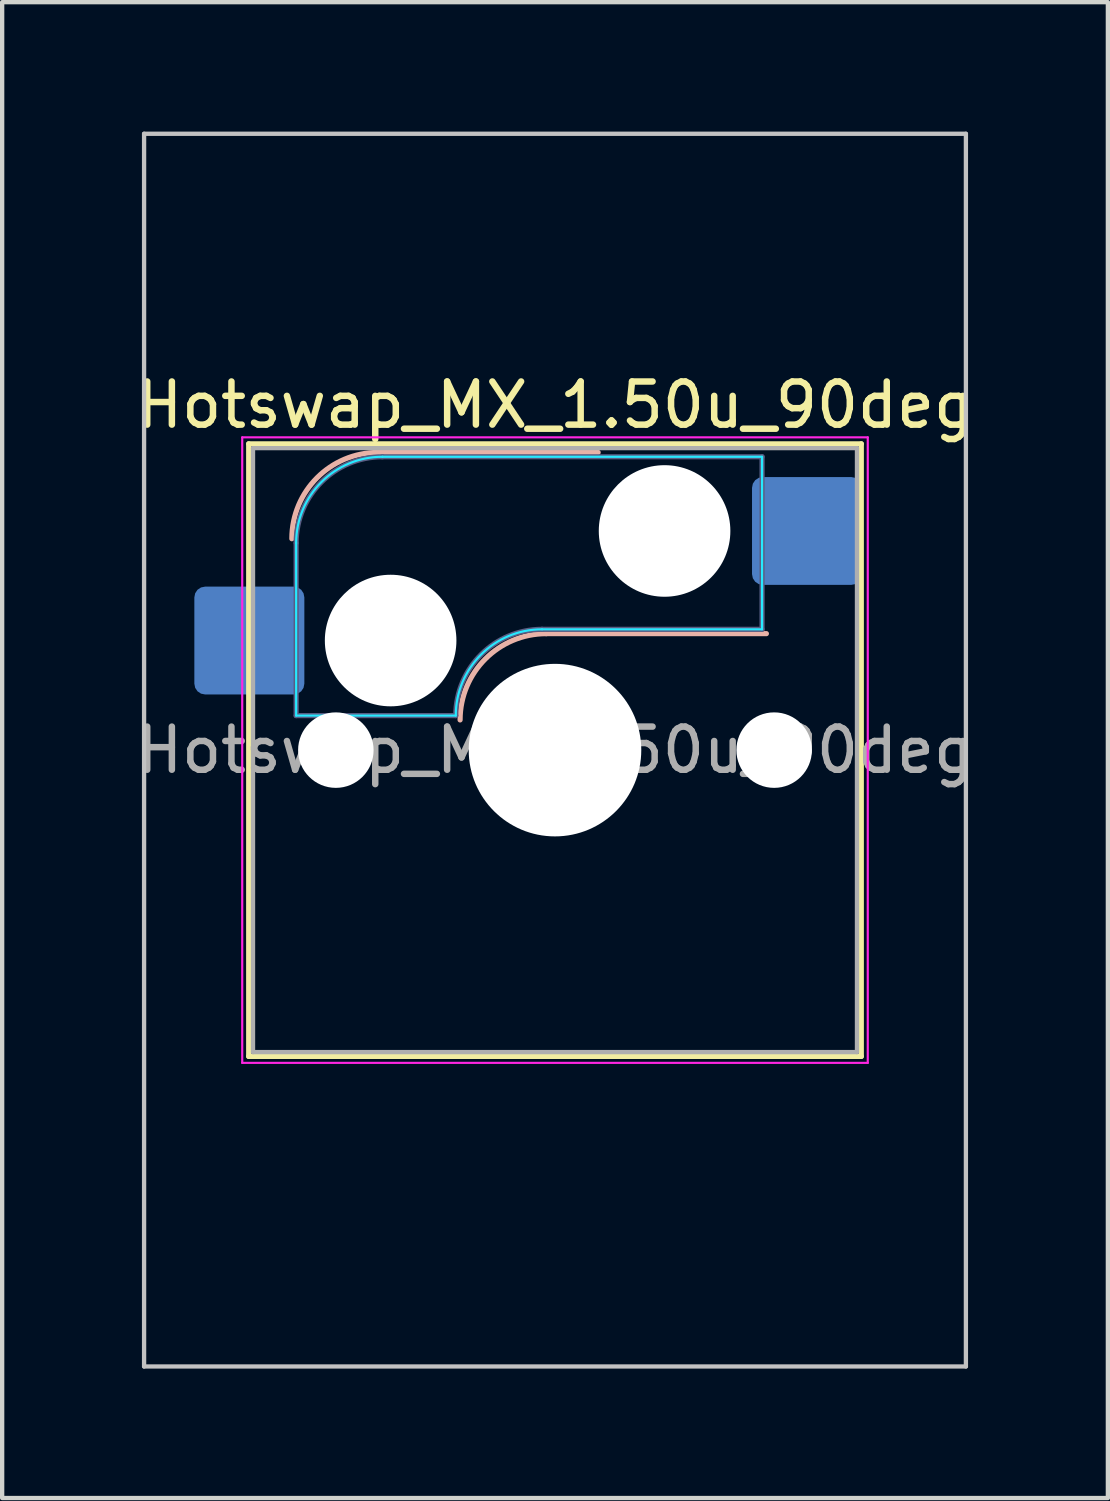
<source format=kicad_pcb>
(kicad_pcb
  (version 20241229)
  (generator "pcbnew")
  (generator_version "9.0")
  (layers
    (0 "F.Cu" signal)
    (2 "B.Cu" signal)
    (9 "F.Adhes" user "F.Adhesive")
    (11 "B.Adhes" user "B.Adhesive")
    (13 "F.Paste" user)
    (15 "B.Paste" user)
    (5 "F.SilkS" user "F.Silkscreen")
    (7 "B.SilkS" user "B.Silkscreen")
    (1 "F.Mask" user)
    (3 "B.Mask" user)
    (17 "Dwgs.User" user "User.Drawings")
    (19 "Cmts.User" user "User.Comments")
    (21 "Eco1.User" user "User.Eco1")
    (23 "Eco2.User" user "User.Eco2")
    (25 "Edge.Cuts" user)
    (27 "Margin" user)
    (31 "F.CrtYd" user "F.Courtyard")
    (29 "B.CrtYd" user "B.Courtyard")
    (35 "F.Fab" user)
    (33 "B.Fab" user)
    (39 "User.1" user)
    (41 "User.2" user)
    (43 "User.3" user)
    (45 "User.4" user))
  (footprint "Hotswap_MX_1.50u_90deg"
    (layer "F.Cu")
    (at 9.815 14.338)
    (property "Reference" "Hotswap_MX_1.50u_90deg" (at 0 -8 0) (layer "F.SilkS") (effects (font (size 1 1) (thickness 0.15))))
    (attr smd)
    (fp_line (start -7.1 -7.1) (end -7.1 7.1) (stroke (width 0.12) (type solid)) (layer "F.SilkS"))
    (fp_line (start -7.1 7.1) (end 7.1 7.1) (stroke (width 0.12) (type solid)) (layer "F.SilkS"))
    (fp_line (start 7.1 -7.1) (end -7.1 -7.1) (stroke (width 0.12) (type solid)) (layer "F.SilkS"))
    (fp_line (start 7.1 7.1) (end 7.1 -7.1) (stroke (width 0.12) (type solid)) (layer "F.SilkS"))
    (fp_line (start -4.1 -6.9) (end 1 -6.9) (stroke (width 0.12) (type solid)) (layer "B.SilkS"))
    (fp_line (start -0.2 -2.7) (end 4.9 -2.7) (stroke (width 0.12) (type solid)) (layer "B.SilkS"))
    (fp_arc (start -6.1 -4.9) (mid -5.514214 -6.314214) (end -4.1 -6.9) (stroke (width 0.12) (type solid)) (layer "B.SilkS"))
    (fp_arc (start -2.2 -0.7) (mid -1.614214 -2.114214) (end -0.2 -2.7) (stroke (width 0.12) (type solid)) (layer "B.SilkS"))
    (fp_line (start -9.525 -14.287) (end 9.525 -14.287) (stroke (width 0.1) (type solid)) (layer "Dwgs.User"))
    (fp_line (start -9.525 14.287) (end -9.525 -14.287) (stroke (width 0.1) (type solid)) (layer "Dwgs.User"))
    (fp_line (start 9.525 -14.287) (end 9.525 14.287) (stroke (width 0.1) (type solid)) (layer "Dwgs.User"))
    (fp_line (start 9.525 14.287) (end -9.525 14.287) (stroke (width 0.1) (type solid)) (layer "Dwgs.User"))
    (fp_line (start -7.8 -6) (end -7 -6) (stroke (width 0.1) (type solid)) (layer "Eco1.User"))
    (fp_line (start -7.8 -2.9) (end -7.8 -6) (stroke (width 0.1) (type solid)) (layer "Eco1.User"))
    (fp_line (start -7.8 2.9) (end -7 2.9) (stroke (width 0.1) (type solid)) (layer "Eco1.User"))
    (fp_line (start -7.8 6) (end -7.8 2.9) (stroke (width 0.1) (type solid)) (layer "Eco1.User"))
    (fp_line (start -7 -7) (end 7 -7) (stroke (width 0.1) (type solid)) (layer "Eco1.User"))
    (fp_line (start -7 -6) (end -7 -7) (stroke (width 0.1) (type solid)) (layer "Eco1.User"))
    (fp_line (start -7 -2.9) (end -7.8 -2.9) (stroke (width 0.1) (type solid)) (layer "Eco1.User"))
    (fp_line (start -7 2.9) (end -7 -2.9) (stroke (width 0.1) (type solid)) (layer "Eco1.User"))
    (fp_line (start -7 6) (end -7.8 6) (stroke (width 0.1) (type solid)) (layer "Eco1.User"))
    (fp_line (start -7 7) (end -7 6) (stroke (width 0.1) (type solid)) (layer "Eco1.User"))
    (fp_line (start 7 -7) (end 7 -6) (stroke (width 0.1) (type solid)) (layer "Eco1.User"))
    (fp_line (start 7 -6) (end 7.8 -6) (stroke (width 0.1) (type solid)) (layer "Eco1.User"))
    (fp_line (start 7 -2.9) (end 7 2.9) (stroke (width 0.1) (type solid)) (layer "Eco1.User"))
    (fp_line (start 7 2.9) (end 7.8 2.9) (stroke (width 0.1) (type solid)) (layer "Eco1.User"))
    (fp_line (start 7 6) (end 7 7) (stroke (width 0.1) (type solid)) (layer "Eco1.User"))
    (fp_line (start 7 7) (end -7 7) (stroke (width 0.1) (type solid)) (layer "Eco1.User"))
    (fp_line (start 7.8 -6) (end 7.8 -2.9) (stroke (width 0.1) (type solid)) (layer "Eco1.User"))
    (fp_line (start 7.8 -2.9) (end 7 -2.9) (stroke (width 0.1) (type solid)) (layer "Eco1.User"))
    (fp_line (start 7.8 2.9) (end 7.8 6) (stroke (width 0.1) (type solid)) (layer "Eco1.User"))
    (fp_line (start 7.8 6) (end 7 6) (stroke (width 0.1) (type solid)) (layer "Eco1.User"))
    (fp_line (start -6 -0.8) (end -6 -4.8) (stroke (width 0.05) (type solid)) (layer "B.CrtYd"))
    (fp_line (start -6 -0.8) (end -2.3 -0.8) (stroke (width 0.05) (type solid)) (layer "B.CrtYd"))
    (fp_line (start -4 -6.8) (end 4.8 -6.8) (stroke (width 0.05) (type solid)) (layer "B.CrtYd"))
    (fp_line (start -0.3 -2.8) (end 4.8 -2.8) (stroke (width 0.05) (type solid)) (layer "B.CrtYd"))
    (fp_line (start 4.8 -6.8) (end 4.8 -2.8) (stroke (width 0.05) (type solid)) (layer "B.CrtYd"))
    (fp_arc (start -6 -4.8) (mid -5.414214 -6.214214) (end -4 -6.8) (stroke (width 0.05) (type solid)) (layer "B.CrtYd"))
    (fp_arc (start -2.3 -0.8) (mid -1.714214 -2.214214) (end -0.3 -2.8) (stroke (width 0.05) (type solid)) (layer "B.CrtYd"))
    (fp_line (start -7.25 -7.25) (end -7.25 7.25) (stroke (width 0.05) (type solid)) (layer "F.CrtYd"))
    (fp_line (start -7.25 7.25) (end 7.25 7.25) (stroke (width 0.05) (type solid)) (layer "F.CrtYd"))
    (fp_line (start 7.25 -7.25) (end -7.25 -7.25) (stroke (width 0.05) (type solid)) (layer "F.CrtYd"))
    (fp_line (start 7.25 7.25) (end 7.25 -7.25) (stroke (width 0.05) (type solid)) (layer "F.CrtYd"))
    (fp_line (start -6 -0.8) (end -6 -4.8) (stroke (width 0.12) (type solid)) (layer "B.Fab"))
    (fp_line (start -6 -0.8) (end -2.3 -0.8) (stroke (width 0.12) (type solid)) (layer "B.Fab"))
    (fp_line (start -4 -6.8) (end 4.8 -6.8) (stroke (width 0.12) (type solid)) (layer "B.Fab"))
    (fp_line (start -0.3 -2.8) (end 4.8 -2.8) (stroke (width 0.12) (type solid)) (layer "B.Fab"))
    (fp_line (start 4.8 -6.8) (end 4.8 -2.8) (stroke (width 0.12) (type solid)) (layer "B.Fab"))
    (fp_arc (start -6 -4.8) (mid -5.414214 -6.214214) (end -4 -6.8) (stroke (width 0.12) (type solid)) (layer "B.Fab"))
    (fp_arc (start -2.3 -0.8) (mid -1.714214 -2.214214) (end -0.3 -2.8) (stroke (width 0.12) (type solid)) (layer "B.Fab"))
    (fp_line (start -7 -7) (end -7 7) (stroke (width 0.1) (type solid)) (layer "F.Fab"))
    (fp_line (start -7 7) (end 7 7) (stroke (width 0.1) (type solid)) (layer "F.Fab"))
    (fp_line (start 7 -7) (end -7 -7) (stroke (width 0.1) (type solid)) (layer "F.Fab"))
    (fp_line (start 7 7) (end 7 -7) (stroke (width 0.1) (type solid)) (layer "F.Fab"))
    (fp_text user "${REFERENCE}" (at 0 0 0) (layer "F.Fab") (effects (font (size 1 1) (thickness 0.15))))
    (pad "" np_thru_hole circle (at -5.08 0) (size 1.75 1.75) (drill 1.75) (layers "*.Cu" "*.Mask"))
    (pad "" np_thru_hole circle (at -3.81 -2.54) (size 3.05 3.05) (drill 3.05) (layers "*.Cu" "*.Mask"))
    (pad "" np_thru_hole circle (at 0 0) (size 4 4) (drill 4) (layers "*.Cu" "*.Mask"))
    (pad "" np_thru_hole circle (at 2.54 -5.08) (size 3.05 3.05) (drill 3.05) (layers "*.Cu" "*.Mask"))
    (pad "" np_thru_hole circle (at 5.08 0) (size 1.75 1.75) (drill 1.75) (layers "*.Cu" "*.Mask"))
    (pad "1" smd roundrect (at -7.085 -2.54) (size 2.55 2.5) (layers "B.Cu" "B.Mask" "B.Paste") (roundrect_rratio 0.1))
    (pad "2" smd roundrect (at 5.842 -5.08) (size 2.55 2.5) (layers "B.Cu" "B.Mask" "B.Paste") (roundrect_rratio 0.1)))
  (gr_rect
    (start -3 -3)
    (end 22.631 31.675)
    (stroke (width 0.1) (type default))
    (fill no)
    (layer "Edge.Cuts")))
</source>
